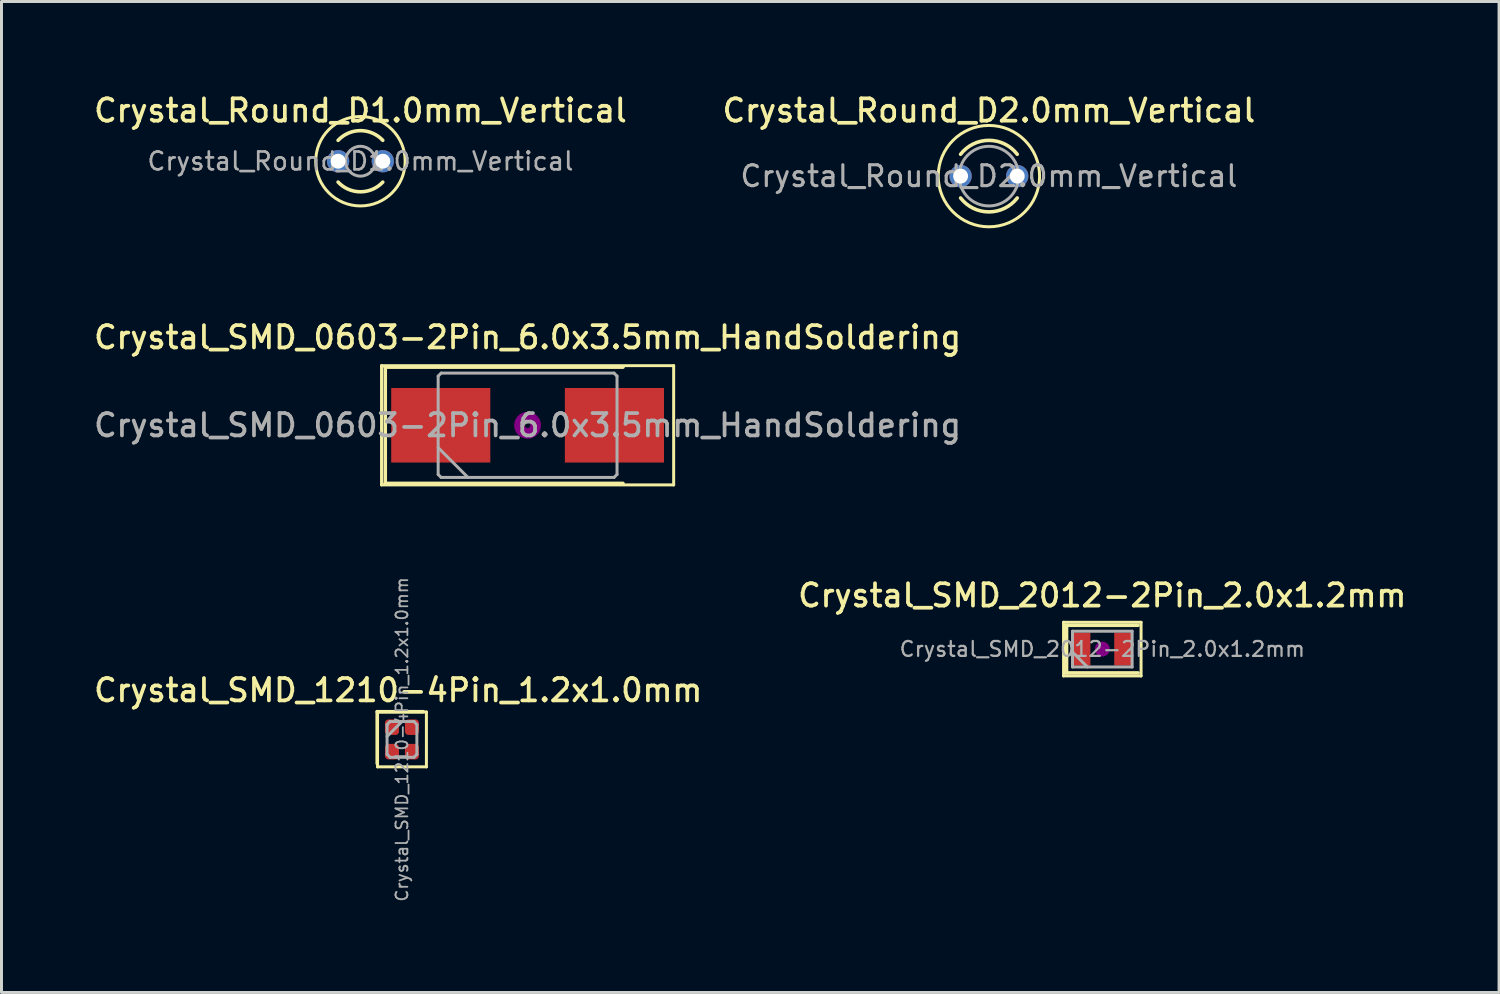
<source format=kicad_pcb>
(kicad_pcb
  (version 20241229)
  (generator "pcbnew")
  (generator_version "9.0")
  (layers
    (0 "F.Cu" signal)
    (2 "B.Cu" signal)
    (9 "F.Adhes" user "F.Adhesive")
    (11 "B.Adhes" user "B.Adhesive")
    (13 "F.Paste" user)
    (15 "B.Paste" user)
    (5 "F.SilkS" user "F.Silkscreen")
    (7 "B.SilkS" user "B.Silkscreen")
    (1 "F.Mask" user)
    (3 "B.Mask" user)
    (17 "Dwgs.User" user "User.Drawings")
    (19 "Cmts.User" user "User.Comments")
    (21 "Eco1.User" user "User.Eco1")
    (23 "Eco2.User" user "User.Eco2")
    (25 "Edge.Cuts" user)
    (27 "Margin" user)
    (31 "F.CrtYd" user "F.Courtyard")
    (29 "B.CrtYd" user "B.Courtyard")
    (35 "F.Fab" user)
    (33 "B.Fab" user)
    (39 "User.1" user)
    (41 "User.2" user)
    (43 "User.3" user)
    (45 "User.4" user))
  (footprint "Crystal_Round_D1.0mm_Vertical"
    (layer "F.Cu")
    (at 8.291 2.358)
    (property "Reference" "Crystal_Round_D1.0mm_Vertical" (at 0.75 -1.7 0) (layer "F.SilkS") (effects (font (size 0.75 0.75) (thickness 0.125))))
    (attr through_hole)
    (fp_arc (start 0 -0.7) (mid 0.749553 -1.025914) (end 1.49939 -0.700653) (stroke (width 0.12) (type solid)) (layer "F.SilkS"))
    (fp_arc (start 1.49939 0.700653) (mid 0.749553 1.025914) (end 0 0.7) (stroke (width 0.12) (type solid)) (layer "F.SilkS"))
    (fp_circle (center 0.75 0) (end 2.25 0) (stroke (width 0.1) (type solid)) (fill no) (layer "F.SilkS"))
    (fp_circle (center 0.75 0) (end 1.25 0) (stroke (width 0.1) (type solid)) (fill no) (layer "F.Fab"))
    (fp_text user "${REFERENCE}" (at 0.75 0 0) (layer "F.Fab") (effects (font (size 0.6 0.6) (thickness 0.09))))
    (pad "1" thru_hole circle (at 0 0) (size 0.75 0.75) (drill 0.5) (layers "*.Cu" "*.Mask"))
    (pad "2" thru_hole circle (at 1.5 0) (size 0.75 0.75) (drill 0.5) (layers "*.Cu" "*.Mask")))
  (footprint "Crystal_SMD_0603-2Pin_6.0x3.5mm_HandSoldering"
    (layer "F.Cu")
    (at 14.648 11.216)
    (property "Reference" "Crystal_SMD_0603-2Pin_6.0x3.5mm_HandSoldering" (at 0 -2.95 0) (layer "F.SilkS") (effects (font (size 0.75 0.75) (thickness 0.125))))
    (attr smd)
    (fp_line (start -4.9 -2) (end -4.9 2) (stroke (width 0.1) (type solid)) (layer "F.SilkS"))
    (fp_line (start -4.9 2) (end 4.9 2) (stroke (width 0.1) (type solid)) (layer "F.SilkS"))
    (fp_line (start -4.775 -1.95) (end -4.775 1.95) (stroke (width 0.12) (type solid)) (layer "F.SilkS"))
    (fp_line (start -4.775 1.95) (end 3.2 1.95) (stroke (width 0.12) (type solid)) (layer "F.SilkS"))
    (fp_line (start 3.2 -1.95) (end -4.775 -1.95) (stroke (width 0.12) (type solid)) (layer "F.SilkS"))
    (fp_line (start 4.9 -2) (end -4.9 -2) (stroke (width 0.1) (type solid)) (layer "F.SilkS"))
    (fp_line (start 4.9 2) (end 4.9 -2) (stroke (width 0.1) (type solid)) (layer "F.SilkS"))
    (fp_circle (center 0 0) (end 0.093 0) (stroke (width 0.187) (type solid)) (fill no) (layer "F.Adhes"))
    (fp_circle (center 0 0) (end 0.213 0) (stroke (width 0.133) (type solid)) (fill no) (layer "F.Adhes"))
    (fp_circle (center 0 0) (end 0.333 0) (stroke (width 0.133) (type solid)) (fill no) (layer "F.Adhes"))
    (fp_circle (center 0 0) (end 0.4 0) (stroke (width 0.1) (type solid)) (fill no) (layer "F.Adhes"))
    (fp_line (start -3 -1.65) (end -2.9 -1.75) (stroke (width 0.1) (type solid)) (layer "F.Fab"))
    (fp_line (start -3 0.75) (end -2 1.75) (stroke (width 0.1) (type solid)) (layer "F.Fab"))
    (fp_line (start -3 1.65) (end -3 -1.65) (stroke (width 0.1) (type solid)) (layer "F.Fab"))
    (fp_line (start -2.9 -1.75) (end 2.9 -1.75) (stroke (width 0.1) (type solid)) (layer "F.Fab"))
    (fp_line (start -2.9 1.75) (end -3 1.65) (stroke (width 0.1) (type solid)) (layer "F.Fab"))
    (fp_line (start 2.9 -1.75) (end 3 -1.65) (stroke (width 0.1) (type solid)) (layer "F.Fab"))
    (fp_line (start 2.9 1.75) (end -2.9 1.75) (stroke (width 0.1) (type solid)) (layer "F.Fab"))
    (fp_line (start 3 -1.65) (end 3 1.65) (stroke (width 0.1) (type solid)) (layer "F.Fab"))
    (fp_line (start 3 1.65) (end 2.9 1.75) (stroke (width 0.1) (type solid)) (layer "F.Fab"))
    (fp_text user "${REFERENCE}" (at 0 0 0) (layer "F.Fab") (effects (font (size 0.75 0.75) (thickness 0.125))))
    (pad "1" smd rect (at -2.913 0) (size 3.325 2.5) (layers "F.Cu" "F.Mask" "F.Paste"))
    (pad "2" smd rect (at 2.913 0) (size 3.325 2.5) (layers "F.Cu" "F.Mask" "F.Paste")))
  (footprint "Crystal_Round_D2.0mm_Vertical"
    (layer "F.Cu")
    (at 29.173 2.858)
    (property "Reference" "Crystal_Round_D2.0mm_Vertical" (at 0.95 -2.2 0) (layer "F.SilkS") (effects (font (size 0.75 0.75) (thickness 0.125))))
    (attr through_hole)
    (fp_arc (start 0 -0.733144) (mid 0.950178 -1.2) (end 1.900217 -0.732863) (stroke (width 0.12) (type solid)) (layer "F.SilkS"))
    (fp_arc (start 1.900217 0.732863) (mid 0.950178 1.2) (end 0 0.733144) (stroke (width 0.12) (type solid)) (layer "F.SilkS"))
    (fp_circle (center 0.95 0) (end 2.65 0) (stroke (width 0.1) (type solid)) (fill no) (layer "F.SilkS"))
    (fp_circle (center 0.95 0) (end 1.95 0) (stroke (width 0.1) (type solid)) (fill no) (layer "F.Fab"))
    (fp_text user "${REFERENCE}" (at 0.95 0 0) (layer "F.Fab") (effects (font (size 0.7 0.7) (thickness 0.105))))
    (pad "1" thru_hole circle (at 0 0) (size 0.75 0.75) (drill 0.5) (layers "*.Cu" "*.Mask"))
    (pad "2" thru_hole circle (at 1.9 0) (size 0.75 0.75) (drill 0.5) (layers "*.Cu" "*.Mask")))
  (footprint "Crystal_SMD_1210-4Pin_1.2x1.0mm"
    (layer "F.Cu")
    (at 10.434 21.754)
    (property "Reference" "Crystal_SMD_1210-4Pin_1.2x1.0mm" (at -0.125 -1.65 0) (layer "F.SilkS") (effects (font (size 0.75 0.75) (thickness 0.125))))
    (attr smd)
    (fp_line (start -0.83 -0.93) (end -0.83 0.81) (stroke (width 0.12) (type solid)) (layer "F.SilkS"))
    (fp_line (start -0.82 -0.92) (end -0.82 0.92) (stroke (width 0.1) (type solid)) (layer "F.SilkS"))
    (fp_line (start -0.82 0.92) (end 0.82 0.92) (stroke (width 0.1) (type solid)) (layer "F.SilkS"))
    (fp_line (start 0.71 -0.93) (end -0.83 -0.93) (stroke (width 0.12) (type solid)) (layer "F.SilkS"))
    (fp_line (start 0.82 -0.92) (end -0.82 -0.92) (stroke (width 0.1) (type solid)) (layer "F.SilkS"))
    (fp_line (start 0.82 0.92) (end 0.82 -0.92) (stroke (width 0.1) (type solid)) (layer "F.SilkS"))
    (fp_line (start -0.5 -0.5) (end -0.4 -0.6) (stroke (width 0.1) (type solid)) (layer "F.Fab"))
    (fp_line (start -0.5 0.5) (end -0.5 -0.5) (stroke (width 0.1) (type solid)) (layer "F.Fab"))
    (fp_line (start -0.4 -0.6) (end 0.4 -0.6) (stroke (width 0.1) (type solid)) (layer "F.Fab"))
    (fp_line (start -0.4 0.6) (end -0.5 0.5) (stroke (width 0.1) (type solid)) (layer "F.Fab"))
    (fp_line (start 0 -0.6) (end -0.5 -0.1) (stroke (width 0.1) (type solid)) (layer "F.Fab"))
    (fp_line (start 0.4 -0.6) (end 0.5 -0.5) (stroke (width 0.1) (type solid)) (layer "F.Fab"))
    (fp_line (start 0.4 0.6) (end -0.4 0.6) (stroke (width 0.1) (type solid)) (layer "F.Fab"))
    (fp_line (start 0.5 -0.5) (end 0.5 0.5) (stroke (width 0.1) (type solid)) (layer "F.Fab"))
    (fp_line (start 0.5 0.5) (end 0.4 0.6) (stroke (width 0.1) (type solid)) (layer "F.Fab"))
    (fp_text user "${REFERENCE}" (at 0 0 90) (layer "F.Fab") (effects (font (size 0.4 0.4) (thickness 0.06))))
    (pad "1" smd roundrect (at -0.335 -0.41 270) (size 0.52 0.47) (layers "F.Cu" "F.Mask" "F.Paste") (roundrect_rratio 0.25))
    (pad "2" smd roundrect (at -0.335 0.41 270) (size 0.52 0.47) (layers "F.Cu" "F.Mask" "F.Paste") (roundrect_rratio 0.25))
    (pad "3" smd roundrect (at 0.335 0.41 270) (size 0.52 0.47) (layers "F.Cu" "F.Mask" "F.Paste") (roundrect_rratio 0.25))
    (pad "4" smd roundrect (at 0.335 -0.41 270) (size 0.52 0.47) (layers "F.Cu" "F.Mask" "F.Paste") (roundrect_rratio 0.25)))
  (footprint "Crystal_SMD_2012-2Pin_2.0x1.2mm"
    (layer "F.Cu")
    (at 33.927 18.724)
    (property "Reference" "Crystal_SMD_2012-2Pin_2.0x1.2mm" (at 0 -1.8 0) (layer "F.SilkS") (effects (font (size 0.75 0.75) (thickness 0.125))))
    (attr smd)
    (fp_line (start -1.3 -0.9) (end -1.3 0.9) (stroke (width 0.1) (type solid)) (layer "F.SilkS"))
    (fp_line (start -1.3 0.9) (end 1.3 0.9) (stroke (width 0.1) (type solid)) (layer "F.SilkS"))
    (fp_line (start -1.2 -0.8) (end -1.2 0.8) (stroke (width 0.12) (type solid)) (layer "F.SilkS"))
    (fp_line (start -1.2 0.8) (end 1.2 0.8) (stroke (width 0.12) (type solid)) (layer "F.SilkS"))
    (fp_line (start 1.2 -0.8) (end -1.2 -0.8) (stroke (width 0.12) (type solid)) (layer "F.SilkS"))
    (fp_line (start 1.3 -0.9) (end -1.3 -0.9) (stroke (width 0.1) (type solid)) (layer "F.SilkS"))
    (fp_line (start 1.3 0.9) (end 1.3 -0.9) (stroke (width 0.1) (type solid)) (layer "F.SilkS"))
    (fp_circle (center 0 0) (end 0.047 0) (stroke (width 0.093) (type solid)) (fill no) (layer "F.Adhes"))
    (fp_circle (center 0 0) (end 0.107 0) (stroke (width 0.067) (type solid)) (fill no) (layer "F.Adhes"))
    (fp_circle (center 0 0) (end 0.167 0) (stroke (width 0.067) (type solid)) (fill no) (layer "F.Adhes"))
    (fp_circle (center 0 0) (end 0.2 0) (stroke (width 0.1) (type solid)) (fill no) (layer "F.Adhes"))
    (fp_line (start -1 -0.6) (end -1 0.6) (stroke (width 0.1) (type solid)) (layer "F.Fab"))
    (fp_line (start -1 0.1) (end -0.5 0.6) (stroke (width 0.1) (type solid)) (layer "F.Fab"))
    (fp_line (start -1 0.6) (end 1 0.6) (stroke (width 0.1) (type solid)) (layer "F.Fab"))
    (fp_line (start 1 -0.6) (end -1 -0.6) (stroke (width 0.1) (type solid)) (layer "F.Fab"))
    (fp_line (start 1 0.6) (end 1 -0.6) (stroke (width 0.1) (type solid)) (layer "F.Fab"))
    (fp_text user "${REFERENCE}" (at 0 0 0) (layer "F.Fab") (effects (font (size 0.5 0.5) (thickness 0.075))))
    (pad "1" smd rect (at -0.7 0) (size 0.6 1.1) (layers "F.Cu" "F.Mask" "F.Paste"))
    (pad "2" smd rect (at 0.7 0) (size 0.6 1.1) (layers "F.Cu" "F.Mask" "F.Paste")))
  (gr_rect
    (start -3 -3)
    (end 47.236 30.242)
    (stroke (width 0.1) (type default))
    (fill no)
    (layer "Edge.Cuts")))
</source>
